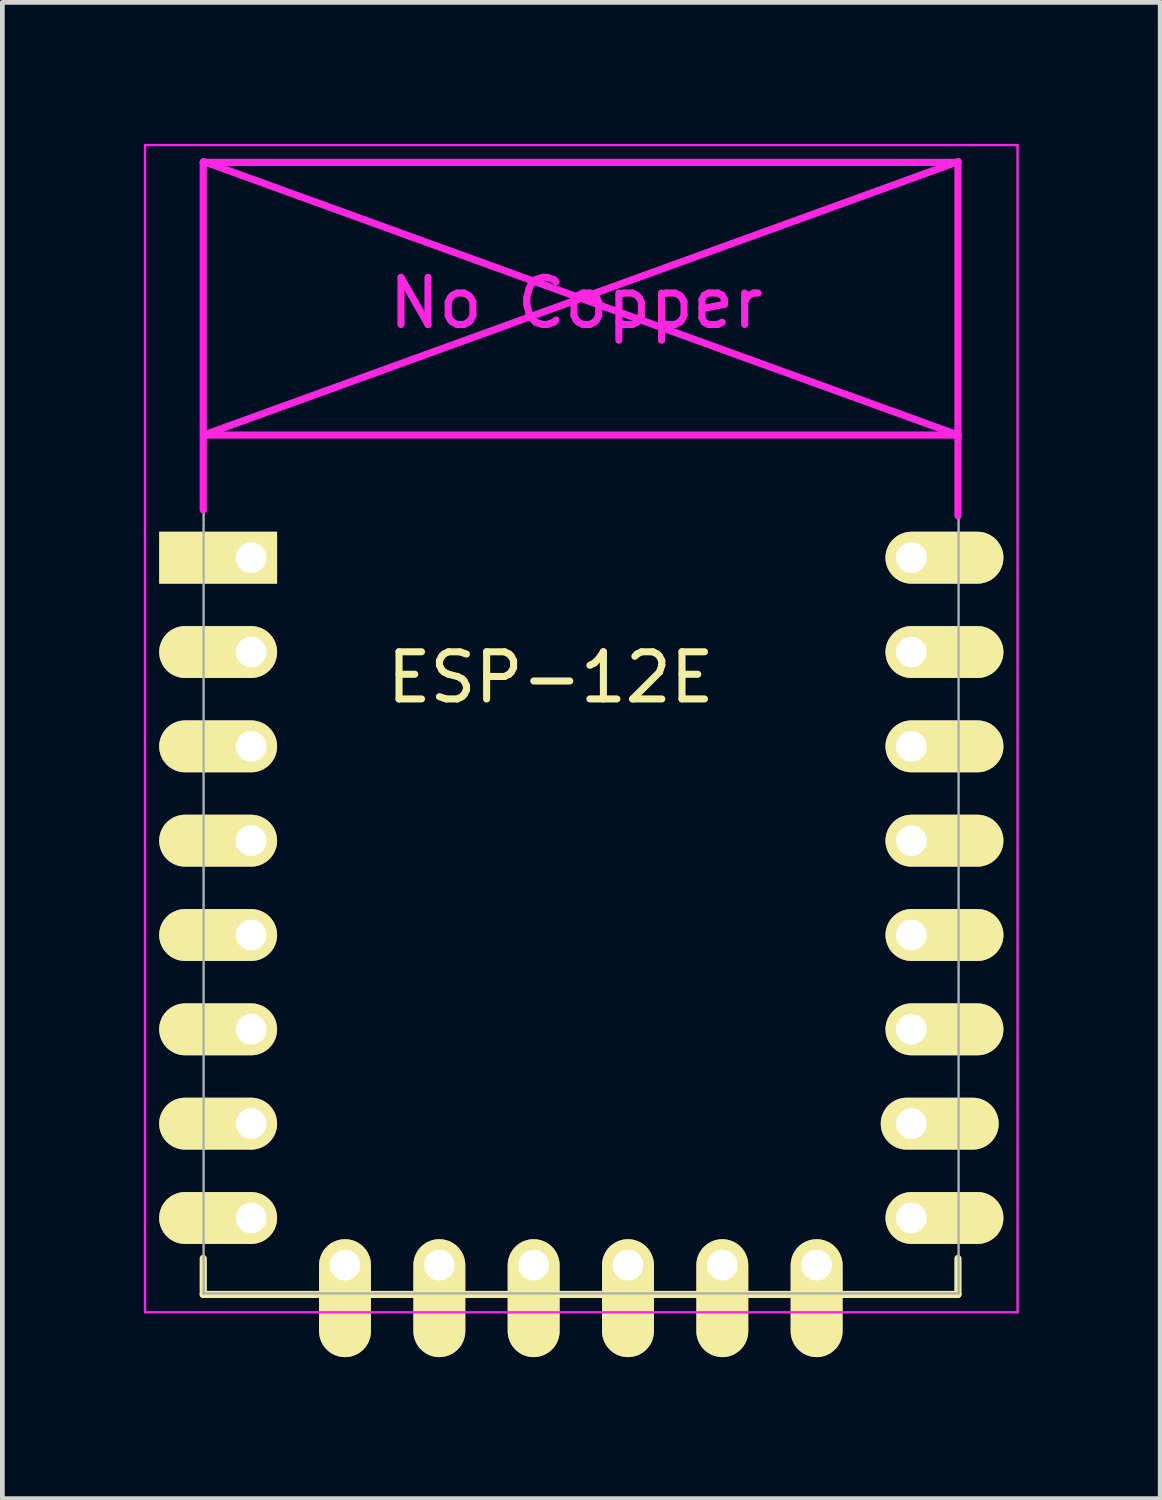
<source format=kicad_pcb>
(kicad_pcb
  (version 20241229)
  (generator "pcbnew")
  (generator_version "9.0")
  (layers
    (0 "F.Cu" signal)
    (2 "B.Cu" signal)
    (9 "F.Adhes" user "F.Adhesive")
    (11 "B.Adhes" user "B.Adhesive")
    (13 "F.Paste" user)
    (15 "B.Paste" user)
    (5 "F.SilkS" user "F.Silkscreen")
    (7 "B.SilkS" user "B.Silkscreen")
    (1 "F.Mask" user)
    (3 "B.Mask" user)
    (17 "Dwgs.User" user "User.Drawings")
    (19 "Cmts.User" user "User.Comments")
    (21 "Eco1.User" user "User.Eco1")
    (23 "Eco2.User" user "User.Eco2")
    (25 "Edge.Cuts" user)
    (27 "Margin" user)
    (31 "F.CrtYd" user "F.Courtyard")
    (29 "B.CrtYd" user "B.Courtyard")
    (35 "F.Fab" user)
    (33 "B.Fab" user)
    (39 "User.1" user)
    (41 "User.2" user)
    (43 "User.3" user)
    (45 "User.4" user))
  (footprint "ESP-12E"
    (layer "F.Cu")
    (at 2.275 8.775)
    (property "Reference" "ESP-12E" (at 6.35 2.54 0) (layer "F.SilkS") (effects (font (size 1 1) (thickness 0.15))))
    (attr through_hole)
    (fp_line (start -1.016 14.859) (end -1.016 15.621) (stroke (width 0.152) (type solid)) (layer "F.SilkS"))
    (fp_line (start -1.016 15.621) (end 14.986 15.621) (stroke (width 0.152) (type solid)) (layer "F.SilkS"))
    (fp_line (start 14.986 15.621) (end 14.986 14.859) (stroke (width 0.152) (type solid)) (layer "F.SilkS"))
    (fp_line (start -2.25 -8.75) (end 15.25 -8.75) (stroke (width 0.05) (type solid)) (layer "F.CrtYd"))
    (fp_line (start -2.25 -0.5) (end -2.25 -8.75) (stroke (width 0.05) (type solid)) (layer "F.CrtYd"))
    (fp_line (start -2.25 16) (end -2.25 -0.5) (stroke (width 0.05) (type solid)) (layer "F.CrtYd"))
    (fp_line (start -1.016 -8.382) (end -1.016 -1.016) (stroke (width 0.152) (type solid)) (layer "F.CrtYd"))
    (fp_line (start -1.016 -8.382) (end 14.986 -8.382) (stroke (width 0.152) (type solid)) (layer "F.CrtYd"))
    (fp_line (start -1.008 -8.4) (end 14.992 -2.6) (stroke (width 0.152) (type solid)) (layer "F.CrtYd"))
    (fp_line (start -1.008 -2.6) (end 14.992 -2.6) (stroke (width 0.152) (type solid)) (layer "F.CrtYd"))
    (fp_line (start 14.986 -8.382) (end 14.986 -0.889) (stroke (width 0.152) (type solid)) (layer "F.CrtYd"))
    (fp_line (start 14.992 -8.4) (end -1.008 -2.6) (stroke (width 0.152) (type solid)) (layer "F.CrtYd"))
    (fp_line (start 15.25 -8.75) (end 16.25 -8.75) (stroke (width 0.05) (type solid)) (layer "F.CrtYd"))
    (fp_line (start 16.25 -8.75) (end 16.25 16) (stroke (width 0.05) (type solid)) (layer "F.CrtYd"))
    (fp_line (start 16.25 16) (end -2.25 16) (stroke (width 0.05) (type solid)) (layer "F.CrtYd"))
    (fp_line (start -1.008 -8.4) (end 14.992 -8.4) (stroke (width 0.05) (type solid)) (layer "F.Fab"))
    (fp_line (start -1.008 15.6) (end -1.008 -8.4) (stroke (width 0.05) (type solid)) (layer "F.Fab"))
    (fp_line (start 14.992 15.6) (end -1.008 15.6) (stroke (width 0.05) (type solid)) (layer "F.Fab"))
    (fp_line (start 15 -8.4) (end 15 15.6) (stroke (width 0.05) (type solid)) (layer "F.Fab"))
    (fp_text user "No Copper" (at 6.892 -5.4 0) (layer "F.CrtYd") (effects (font (size 1 1) (thickness 0.15))))
    (pad "1" thru_hole rect (at 0 0) (size 2.5 1.1) (drill 0.65 (offset -0.7 0)) (layers "*.Cu" "*.Mask" "F.SilkS"))
    (pad "2" thru_hole oval (at 0 2) (size 2.5 1.1) (drill 0.65 (offset -0.7 0)) (layers "*.Cu" "*.Mask" "F.SilkS"))
    (pad "3" thru_hole oval (at 0 4) (size 2.5 1.1) (drill 0.65 (offset -0.7 0)) (layers "*.Cu" "*.Mask" "F.SilkS"))
    (pad "4" thru_hole oval (at 0 6) (size 2.5 1.1) (drill 0.65 (offset -0.7 0)) (layers "*.Cu" "*.Mask" "F.SilkS"))
    (pad "5" thru_hole oval (at 0 8) (size 2.5 1.1) (drill 0.65 (offset -0.7 0)) (layers "*.Cu" "*.Mask" "F.SilkS"))
    (pad "6" thru_hole oval (at 0 10) (size 2.5 1.1) (drill 0.65 (offset -0.7 0)) (layers "*.Cu" "*.Mask" "F.SilkS"))
    (pad "7" thru_hole oval (at 0 12) (size 2.5 1.1) (drill 0.65 (offset -0.7 0)) (layers "*.Cu" "*.Mask" "F.SilkS"))
    (pad "8" thru_hole oval (at 0 14) (size 2.5 1.1) (drill 0.65 (offset -0.7 0)) (layers "*.Cu" "*.Mask" "F.SilkS"))
    (pad "9" thru_hole oval (at 1.99 15 90) (size 2.5 1.1) (drill 0.65 (offset -0.7 0)) (layers "*.Cu" "*.Mask" "F.SilkS"))
    (pad "10" thru_hole oval (at 3.99 15 90) (size 2.5 1.1) (drill 0.65 (offset -0.7 0)) (layers "*.Cu" "*.Mask" "F.SilkS"))
    (pad "11" thru_hole oval (at 5.99 15 90) (size 2.5 1.1) (drill 0.65 (offset -0.7 0)) (layers "*.Cu" "*.Mask" "F.SilkS"))
    (pad "12" thru_hole oval (at 7.99 15 90) (size 2.5 1.1) (drill 0.65 (offset -0.7 0)) (layers "*.Cu" "*.Mask" "F.SilkS"))
    (pad "13" thru_hole oval (at 9.99 15 90) (size 2.5 1.1) (drill 0.65 (offset -0.7 0)) (layers "*.Cu" "*.Mask" "F.SilkS"))
    (pad "14" thru_hole oval (at 11.99 15 90) (size 2.5 1.1) (drill 0.65 (offset -0.7 0)) (layers "*.Cu" "*.Mask" "F.SilkS"))
    (pad "15" thru_hole oval (at 14 14) (size 2.5 1.1) (drill 0.65 (offset 0.7 0)) (layers "*.Cu" "*.Mask" "F.SilkS"))
    (pad "16" thru_hole oval (at 14 12) (size 2.5 1.1) (drill 0.65 (offset 0.6 0)) (layers "*.Cu" "*.Mask" "F.SilkS"))
    (pad "17" thru_hole oval (at 14 10) (size 2.5 1.1) (drill 0.65 (offset 0.7 0)) (layers "*.Cu" "*.Mask" "F.SilkS"))
    (pad "18" thru_hole oval (at 14 8) (size 2.5 1.1) (drill 0.65 (offset 0.7 0)) (layers "*.Cu" "*.Mask" "F.SilkS"))
    (pad "19" thru_hole oval (at 14 6) (size 2.5 1.1) (drill 0.65 (offset 0.7 0)) (layers "*.Cu" "*.Mask" "F.SilkS"))
    (pad "20" thru_hole oval (at 14 4) (size 2.5 1.1) (drill 0.65 (offset 0.7 0)) (layers "*.Cu" "*.Mask" "F.SilkS"))
    (pad "21" thru_hole oval (at 14 2) (size 2.5 1.1) (drill 0.65 (offset 0.7 0)) (layers "*.Cu" "*.Mask" "F.SilkS"))
    (pad "22" thru_hole oval (at 14 0) (size 2.5 1.1) (drill 0.65 (offset 0.7 0)) (layers "*.Cu" "*.Mask" "F.SilkS")))
  (gr_rect
    (start -3 -3)
    (end 21.55 28.725)
    (stroke (width 0.1) (type default))
    (fill no)
    (layer "Edge.Cuts")))
</source>
